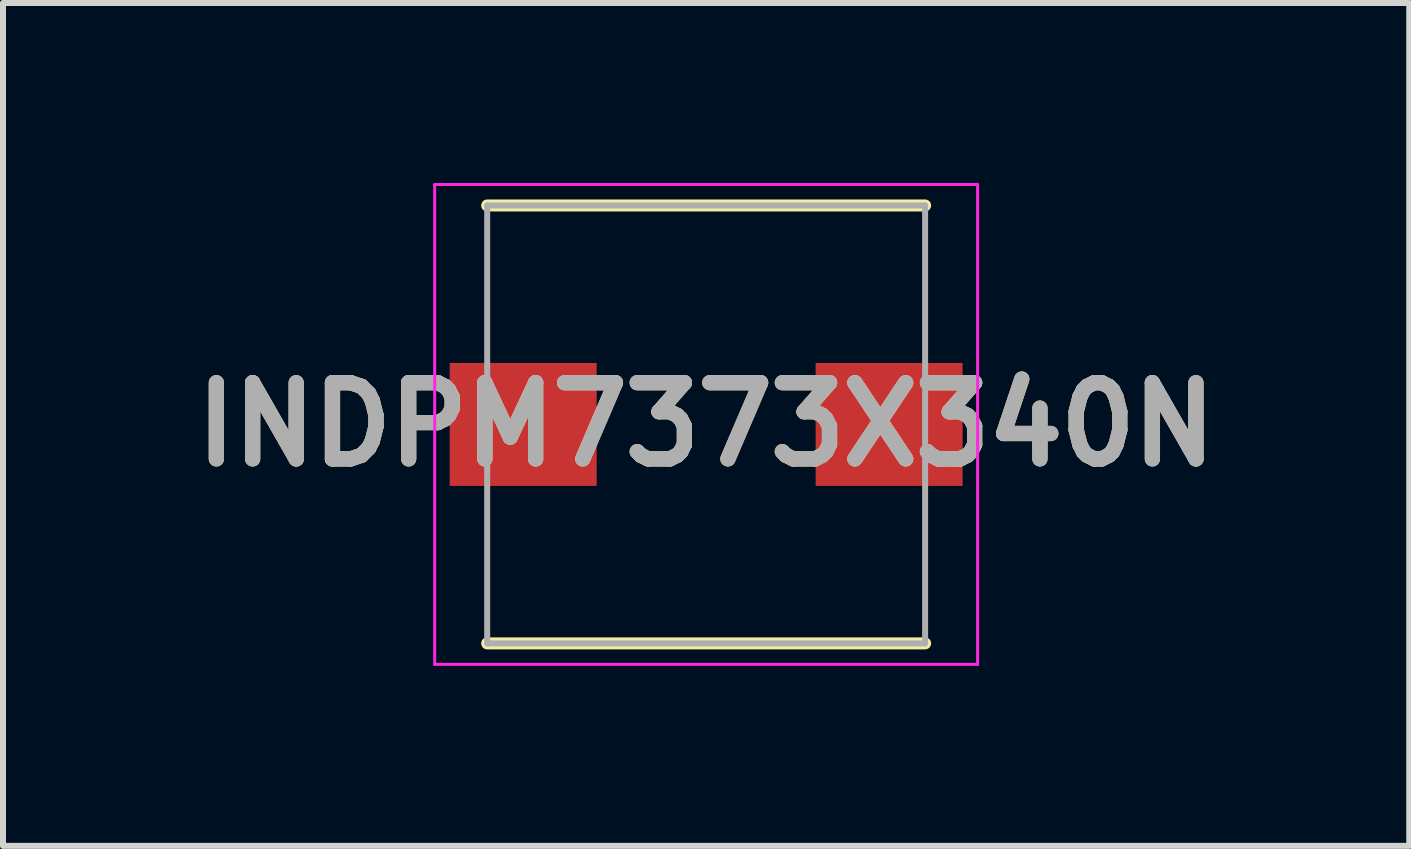
<source format=kicad_pcb>
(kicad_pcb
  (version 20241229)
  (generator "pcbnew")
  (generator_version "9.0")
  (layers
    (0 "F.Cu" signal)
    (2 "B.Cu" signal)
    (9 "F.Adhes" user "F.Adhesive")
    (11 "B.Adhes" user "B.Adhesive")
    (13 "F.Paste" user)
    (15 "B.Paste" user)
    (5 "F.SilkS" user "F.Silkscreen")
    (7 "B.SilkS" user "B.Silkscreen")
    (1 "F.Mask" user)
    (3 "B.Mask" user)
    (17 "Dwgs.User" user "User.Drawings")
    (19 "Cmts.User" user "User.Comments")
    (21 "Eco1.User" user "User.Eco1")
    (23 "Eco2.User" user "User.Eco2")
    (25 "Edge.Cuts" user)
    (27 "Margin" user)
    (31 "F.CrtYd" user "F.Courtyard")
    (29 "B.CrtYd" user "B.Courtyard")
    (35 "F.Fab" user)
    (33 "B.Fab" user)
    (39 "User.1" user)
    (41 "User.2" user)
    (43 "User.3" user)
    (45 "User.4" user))
  (footprint "INDPM7373X340N"
    (layer "F.Cu")
    (at 8.721 4.025)
    (property "Reference" "INDPM7373X340N" (at 0 0 0) (layer "F.SilkS") (effects (font (size 1.27 1.27) (thickness 0.254))))
    (attr smd)
    (fp_line (start -3.65 3.65) (end 3.65 3.65) (stroke (width 0.2) (type solid)) (layer "F.SilkS"))
    (fp_line (start 3.65 -3.65) (end -3.65 -3.65) (stroke (width 0.2) (type solid)) (layer "F.SilkS"))
    (fp_line (start -4.525 -4) (end 4.525 -4) (stroke (width 0.05) (type solid)) (layer "F.CrtYd"))
    (fp_line (start -4.525 4) (end -4.525 -4) (stroke (width 0.05) (type solid)) (layer "F.CrtYd"))
    (fp_line (start 4.525 -4) (end 4.525 4) (stroke (width 0.05) (type solid)) (layer "F.CrtYd"))
    (fp_line (start 4.525 4) (end -4.525 4) (stroke (width 0.05) (type solid)) (layer "F.CrtYd"))
    (fp_line (start -3.65 -3.65) (end 3.65 -3.65) (stroke (width 0.1) (type solid)) (layer "F.Fab"))
    (fp_line (start -3.65 3.65) (end -3.65 -3.65) (stroke (width 0.1) (type solid)) (layer "F.Fab"))
    (fp_line (start 3.65 -3.65) (end 3.65 3.65) (stroke (width 0.1) (type solid)) (layer "F.Fab"))
    (fp_line (start 3.65 3.65) (end -3.65 3.65) (stroke (width 0.1) (type solid)) (layer "F.Fab"))
    (fp_text user "${REFERENCE}" (at 0 0 0) (layer "F.Fab") (effects (font (size 1.27 1.27) (thickness 0.254))))
    (pad "1" smd rect (at -3.05 0 90) (size 2.05 2.45) (layers "F.Cu" "F.Mask" "F.Paste"))
    (pad "2" smd rect (at 3.05 0 90) (size 2.05 2.45) (layers "F.Cu" "F.Mask" "F.Paste")))
  (gr_rect
    (start -3 -3)
    (end 20.441 11.05)
    (stroke (width 0.1) (type default))
    (fill no)
    (layer "Edge.Cuts")))
</source>
